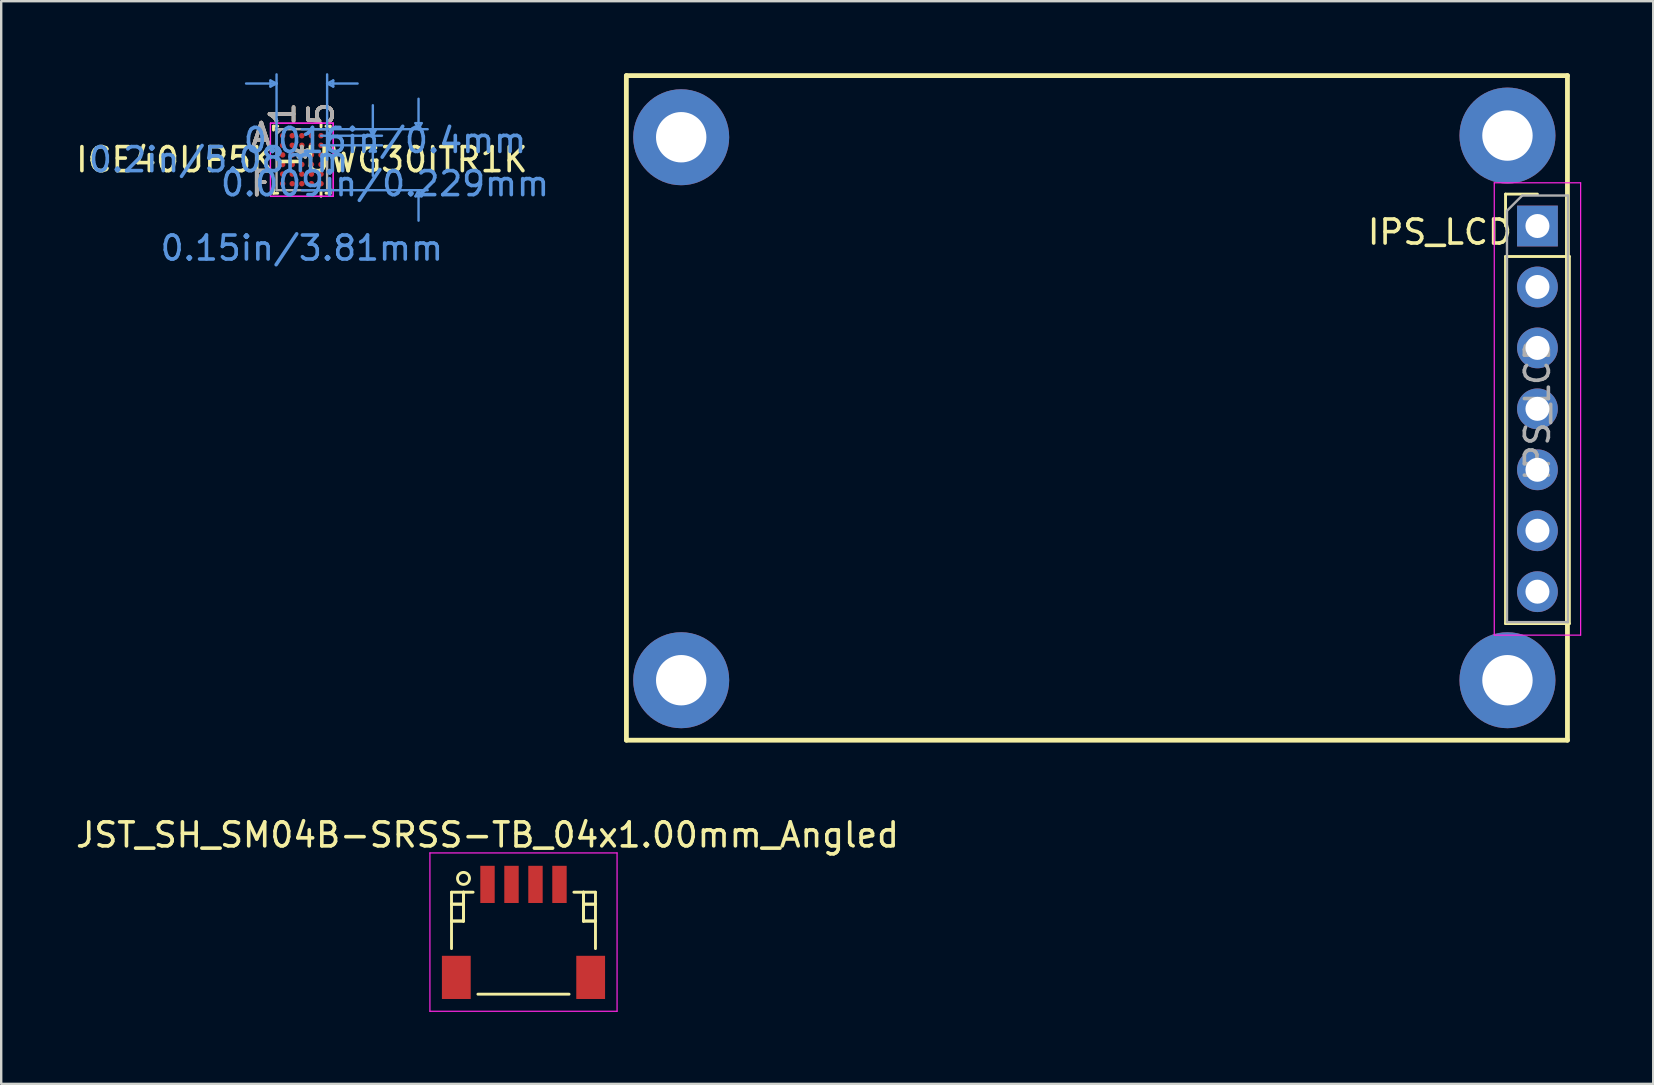
<source format=kicad_pcb>
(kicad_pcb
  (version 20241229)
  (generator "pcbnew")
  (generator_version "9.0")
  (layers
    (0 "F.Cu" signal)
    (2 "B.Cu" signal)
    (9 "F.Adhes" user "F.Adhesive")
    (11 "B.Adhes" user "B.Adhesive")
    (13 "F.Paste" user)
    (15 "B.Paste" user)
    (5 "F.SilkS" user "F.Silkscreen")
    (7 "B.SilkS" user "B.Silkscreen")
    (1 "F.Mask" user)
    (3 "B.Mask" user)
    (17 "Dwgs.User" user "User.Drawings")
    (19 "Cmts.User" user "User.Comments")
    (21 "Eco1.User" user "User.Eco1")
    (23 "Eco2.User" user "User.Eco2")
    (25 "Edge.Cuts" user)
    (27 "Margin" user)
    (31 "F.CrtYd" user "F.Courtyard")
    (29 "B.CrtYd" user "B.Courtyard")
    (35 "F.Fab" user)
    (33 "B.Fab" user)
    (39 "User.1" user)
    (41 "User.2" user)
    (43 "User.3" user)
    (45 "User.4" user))
  (footprint "ICE40UP5K-UWG30ITR1K"
    (layer "F.Cu")
    (at 9.53 3.606)
    (property "Reference" "ICE40UP5K-UWG30ITR1K" (at 0 0 0) (layer "F.SilkS") (effects (font (size 1 1) (thickness 0.15))))
    (attr through_hole)
    (fp_line (start -1.181 -1.397) (end -1.181 -1.234) (stroke (width 0.12) (type solid)) (layer "F.SilkS"))
    (fp_line (start -1.181 1.234) (end -1.181 1.397) (stroke (width 0.12) (type solid)) (layer "F.SilkS"))
    (fp_line (start -1.181 1.397) (end -1.006 1.397) (stroke (width 0.12) (type solid)) (layer "F.SilkS"))
    (fp_line (start -1.006 -1.397) (end -1.181 -1.397) (stroke (width 0.12) (type solid)) (layer "F.SilkS"))
    (fp_line (start 0.8 -1.371) (end 0.8 -1.524) (stroke (width 0.12) (type solid)) (layer "F.SilkS"))
    (fp_line (start 0.8 1.371) (end 0.8 1.524) (stroke (width 0.12) (type solid)) (layer "F.SilkS"))
    (fp_line (start 1.006 1.397) (end 1.181 1.397) (stroke (width 0.12) (type solid)) (layer "F.SilkS"))
    (fp_line (start 1.181 -1.397) (end 1.006 -1.397) (stroke (width 0.12) (type solid)) (layer "F.SilkS"))
    (fp_line (start 1.181 -1.234) (end 1.181 -1.397) (stroke (width 0.12) (type solid)) (layer "F.SilkS"))
    (fp_line (start 1.181 1.397) (end 1.181 1.234) (stroke (width 0.12) (type solid)) (layer "F.SilkS"))
    (fp_line (start -1.308 -3.302) (end -1.308 -3.048) (stroke (width 0.1) (type solid)) (layer "Cmts.User"))
    (fp_line (start -1.054 -3.175) (end -2.324 -3.175) (stroke (width 0.1) (type solid)) (layer "Cmts.User"))
    (fp_line (start -1.054 -3.175) (end -1.308 -3.302) (stroke (width 0.1) (type solid)) (layer "Cmts.User"))
    (fp_line (start -1.054 -3.175) (end -1.308 -3.048) (stroke (width 0.1) (type solid)) (layer "Cmts.User"))
    (fp_line (start -1.054 0) (end -1.054 -3.556) (stroke (width 0.1) (type solid)) (layer "Cmts.User"))
    (fp_line (start 0 -1.27) (end 5.245 -1.27) (stroke (width 0.1) (type solid)) (layer "Cmts.User"))
    (fp_line (start 0 1.27) (end 5.245 1.27) (stroke (width 0.1) (type solid)) (layer "Cmts.User"))
    (fp_line (start 0.8 -1) (end 3.34 -1) (stroke (width 0.1) (type solid)) (layer "Cmts.User"))
    (fp_line (start 0.8 -0.6) (end 3.34 -0.6) (stroke (width 0.1) (type solid)) (layer "Cmts.User"))
    (fp_line (start 1.054 -3.175) (end 1.308 -3.302) (stroke (width 0.1) (type solid)) (layer "Cmts.User"))
    (fp_line (start 1.054 -3.175) (end 1.308 -3.048) (stroke (width 0.1) (type solid)) (layer "Cmts.User"))
    (fp_line (start 1.054 -3.175) (end 2.324 -3.175) (stroke (width 0.1) (type solid)) (layer "Cmts.User"))
    (fp_line (start 1.054 0) (end 1.054 -3.556) (stroke (width 0.1) (type solid)) (layer "Cmts.User"))
    (fp_line (start 1.308 -3.302) (end 1.308 -3.048) (stroke (width 0.1) (type solid)) (layer "Cmts.User"))
    (fp_line (start 2.832 -1.254) (end 3.086 -1.254) (stroke (width 0.1) (type solid)) (layer "Cmts.User"))
    (fp_line (start 2.832 -0.346) (end 3.086 -0.346) (stroke (width 0.1) (type solid)) (layer "Cmts.User"))
    (fp_line (start 2.959 -1) (end 2.832 -1.254) (stroke (width 0.1) (type solid)) (layer "Cmts.User"))
    (fp_line (start 2.959 -1) (end 2.959 -2.27) (stroke (width 0.1) (type solid)) (layer "Cmts.User"))
    (fp_line (start 2.959 -1) (end 3.086 -1.254) (stroke (width 0.1) (type solid)) (layer "Cmts.User"))
    (fp_line (start 2.959 -0.6) (end 2.832 -0.346) (stroke (width 0.1) (type solid)) (layer "Cmts.User"))
    (fp_line (start 2.959 -0.6) (end 2.959 0.67) (stroke (width 0.1) (type solid)) (layer "Cmts.User"))
    (fp_line (start 2.959 -0.6) (end 3.086 -0.346) (stroke (width 0.1) (type solid)) (layer "Cmts.User"))
    (fp_line (start 4.737 -1.524) (end 4.991 -1.524) (stroke (width 0.1) (type solid)) (layer "Cmts.User"))
    (fp_line (start 4.737 1.524) (end 4.991 1.524) (stroke (width 0.1) (type solid)) (layer "Cmts.User"))
    (fp_line (start 4.864 -1.27) (end 4.737 -1.524) (stroke (width 0.1) (type solid)) (layer "Cmts.User"))
    (fp_line (start 4.864 -1.27) (end 4.864 -2.54) (stroke (width 0.1) (type solid)) (layer "Cmts.User"))
    (fp_line (start 4.864 -1.27) (end 4.991 -1.524) (stroke (width 0.1) (type solid)) (layer "Cmts.User"))
    (fp_line (start 4.864 1.27) (end 4.737 1.524) (stroke (width 0.1) (type solid)) (layer "Cmts.User"))
    (fp_line (start 4.864 1.27) (end 4.864 2.54) (stroke (width 0.1) (type solid)) (layer "Cmts.User"))
    (fp_line (start 4.864 1.27) (end 4.991 1.524) (stroke (width 0.1) (type solid)) (layer "Cmts.User"))
    (fp_line (start -1.308 -1.524) (end 1.308 -1.524) (stroke (width 0.05) (type solid)) (layer "F.CrtYd"))
    (fp_line (start -1.308 -1.524) (end 1.308 -1.524) (stroke (width 0.05) (type solid)) (layer "F.CrtYd"))
    (fp_line (start -1.308 1.524) (end -1.308 -1.524) (stroke (width 0.05) (type solid)) (layer "F.CrtYd"))
    (fp_line (start -1.308 1.524) (end -1.308 -1.524) (stroke (width 0.05) (type solid)) (layer "F.CrtYd"))
    (fp_line (start 1.308 -1.524) (end 1.308 1.524) (stroke (width 0.05) (type solid)) (layer "F.CrtYd"))
    (fp_line (start 1.308 -1.524) (end 1.308 1.524) (stroke (width 0.05) (type solid)) (layer "F.CrtYd"))
    (fp_line (start 1.308 1.524) (end -1.308 1.524) (stroke (width 0.05) (type solid)) (layer "F.CrtYd"))
    (fp_line (start 1.308 1.524) (end -1.308 1.524) (stroke (width 0.05) (type solid)) (layer "F.CrtYd"))
    (fp_line (start -1.054 -1.27) (end -1.054 1.27) (stroke (width 0.1) (type solid)) (layer "F.Fab"))
    (fp_line (start -1.054 1.27) (end 1.054 1.27) (stroke (width 0.1) (type solid)) (layer "F.Fab"))
    (fp_line (start -0.854 -1.27) (end -1.054 -1.07) (stroke (width 0.1) (type solid)) (layer "F.Fab"))
    (fp_line (start 1.054 -1.27) (end -1.054 -1.27) (stroke (width 0.1) (type solid)) (layer "F.Fab"))
    (fp_line (start 1.054 1.27) (end 1.054 -1.27) (stroke (width 0.1) (type solid)) (layer "F.Fab"))
    (fp_text user "*" (at 0 0 0) (layer "F.SilkS") (effects (font (size 1 1) (thickness 0.15))))
    (fp_text user "F" (at -1.689 1 0) (layer "F.SilkS") (effects (font (size 1 1) (thickness 0.15))))
    (fp_text user "1" (at -0.8 -1.905 90) (layer "F.SilkS") (effects (font (size 1 1) (thickness 0.15))))
    (fp_text user "A" (at -1.689 -1 0) (layer "F.SilkS") (effects (font (size 1 1) (thickness 0.15))))
    (fp_text user "5" (at 0.8 -1.905 90) (layer "F.SilkS") (effects (font (size 1 1) (thickness 0.15))))
    (fp_text user "1" (at -0.8 -1.905 90) (layer "B.SilkS") (effects (font (size 1 1) (thickness 0.15))))
    (fp_text user "5" (at 0.8 -1.905 90) (layer "B.SilkS") (effects (font (size 1 1) (thickness 0.15))))
    (fp_text user "A" (at -1.689 -1 0) (layer "B.SilkS") (effects (font (size 1 1) (thickness 0.15))))
    (fp_text user "F" (at -1.689 1 0) (layer "B.SilkS") (effects (font (size 1 1) (thickness 0.15))))
    (fp_text user "0.2in/5.08mm" (at -3.467 0 0) (layer "Cmts.User") (effects (font (size 1 1) (thickness 0.15))))
    (fp_text user "0.016in/0.4mm" (at 3.467 -0.8 0) (layer "Cmts.User") (effects (font (size 1 1) (thickness 0.15))))
    (fp_text user "Copyright 2021 Accelerated Designs. All rights reserved." (at 0 0 0) (layer "Cmts.User") (effects (font (size 0.127 0.127) (thickness 0.002))))
    (fp_text user "0.15in/3.81mm" (at 0 3.683 0) (layer "Cmts.User") (effects (font (size 1 1) (thickness 0.15))))
    (fp_text user "0.009in/0.229mm" (at 3.467 1 0) (layer "Cmts.User") (effects (font (size 1 1) (thickness 0.15))))
    (fp_text user "5" (at 0.8 -1.905 90) (layer "F.Fab") (effects (font (size 1 1) (thickness 0.15))))
    (fp_text user "*" (at 0 0 0) (layer "F.Fab") (effects (font (size 1 1) (thickness 0.15))))
    (fp_text user "1" (at -0.8 -1.905 90) (layer "F.Fab") (effects (font (size 1 1) (thickness 0.15))))
    (fp_text user "F" (at -1.689 1 0) (layer "F.Fab") (effects (font (size 1 1) (thickness 0.15))))
    (fp_text user "A" (at -1.689 -1 0) (layer "F.Fab") (effects (font (size 1 1) (thickness 0.15))))
    (pad "A1" smd circle (at -0.8 -1) (size 0.229 0.229) (layers "F.Cu" "F.Mask" "F.Paste"))
    (pad "A2" smd circle (at -0.4 -1) (size 0.229 0.229) (layers "F.Cu" "F.Mask" "F.Paste"))
    (pad "A3" smd circle (at 0 -1) (size 0.229 0.229) (layers "F.Cu" "F.Mask" "F.Paste"))
    (pad "A4" smd circle (at 0.4 -1) (size 0.229 0.229) (layers "F.Cu" "F.Mask" "F.Paste"))
    (pad "A5" smd circle (at 0.8 -1) (size 0.229 0.229) (layers "F.Cu" "F.Mask" "F.Paste"))
    (pad "B1" smd circle (at -0.8 -0.6) (size 0.229 0.229) (layers "F.Cu" "F.Mask" "F.Paste"))
    (pad "B2" smd circle (at -0.4 -0.6) (size 0.229 0.229) (layers "F.Cu" "F.Mask" "F.Paste"))
    (pad "B3" smd circle (at 0 -0.6) (size 0.229 0.229) (layers "F.Cu" "F.Mask" "F.Paste"))
    (pad "B4" smd circle (at 0.4 -0.6) (size 0.229 0.229) (layers "F.Cu" "F.Mask" "F.Paste"))
    (pad "B5" smd circle (at 0.8 -0.6) (size 0.229 0.229) (layers "F.Cu" "F.Mask" "F.Paste"))
    (pad "C1" smd circle (at -0.8 -0.2) (size 0.229 0.229) (layers "F.Cu" "F.Mask" "F.Paste"))
    (pad "C2" smd circle (at -0.4 -0.2) (size 0.229 0.229) (layers "F.Cu" "F.Mask" "F.Paste"))
    (pad "C3" smd circle (at 0 -0.2) (size 0.229 0.229) (layers "F.Cu" "F.Mask" "F.Paste"))
    (pad "C4" smd circle (at 0.4 -0.2) (size 0.229 0.229) (layers "F.Cu" "F.Mask" "F.Paste"))
    (pad "C5" smd circle (at 0.8 -0.2) (size 0.229 0.229) (layers "F.Cu" "F.Mask" "F.Paste"))
    (pad "D1" smd circle (at -0.8 0.2) (size 0.229 0.229) (layers "F.Cu" "F.Mask" "F.Paste"))
    (pad "D2" smd circle (at -0.4 0.2) (size 0.229 0.229) (layers "F.Cu" "F.Mask" "F.Paste"))
    (pad "D3" smd circle (at 0 0.2) (size 0.229 0.229) (layers "F.Cu" "F.Mask" "F.Paste"))
    (pad "D4" smd circle (at 0.4 0.2) (size 0.229 0.229) (layers "F.Cu" "F.Mask" "F.Paste"))
    (pad "D5" smd circle (at 0.8 0.2) (size 0.229 0.229) (layers "F.Cu" "F.Mask" "F.Paste"))
    (pad "E1" smd circle (at -0.8 0.6) (size 0.229 0.229) (layers "F.Cu" "F.Mask" "F.Paste"))
    (pad "E2" smd circle (at -0.4 0.6) (size 0.229 0.229) (layers "F.Cu" "F.Mask" "F.Paste"))
    (pad "E3" smd circle (at 0 0.6) (size 0.229 0.229) (layers "F.Cu" "F.Mask" "F.Paste"))
    (pad "E4" smd circle (at 0.4 0.6) (size 0.229 0.229) (layers "F.Cu" "F.Mask" "F.Paste"))
    (pad "E5" smd circle (at 0.8 0.6) (size 0.229 0.229) (layers "F.Cu" "F.Mask" "F.Paste"))
    (pad "F1" smd circle (at -0.8 1) (size 0.229 0.229) (layers "F.Cu" "F.Mask" "F.Paste"))
    (pad "F2" smd circle (at -0.4 1) (size 0.229 0.229) (layers "F.Cu" "F.Mask" "F.Paste"))
    (pad "F3" smd circle (at 0 1) (size 0.229 0.229) (layers "F.Cu" "F.Mask" "F.Paste"))
    (pad "F4" smd circle (at 0.4 1) (size 0.229 0.229) (layers "F.Cu" "F.Mask" "F.Paste"))
    (pad "F5" smd circle (at 0.8 1) (size 0.229 0.229) (layers "F.Cu" "F.Mask" "F.Paste")))
  (footprint "IPS_LCD"
    (layer "F.Cu")
    (at 61.028 6.37)
    (property "Reference" "IPS_LCD" (at -4.064 0.254 0) (layer "F.SilkS") (effects (font (size 1 1) (thickness 0.15))))
    (attr through_hole)
    (fp_line (start -37.97 21.43) (end -37.973 -6.27) (stroke (width 0.2) (type solid)) (layer "F.SilkS"))
    (fp_line (start -1.33 -1.33) (end 0 -1.33) (stroke (width 0.12) (type solid)) (layer "F.SilkS"))
    (fp_line (start -1.33 0) (end -1.33 -1.33) (stroke (width 0.12) (type solid)) (layer "F.SilkS"))
    (fp_line (start -1.33 1.27) (end -1.33 16.57) (stroke (width 0.12) (type solid)) (layer "F.SilkS"))
    (fp_line (start -1.33 1.27) (end 1.33 1.27) (stroke (width 0.12) (type solid)) (layer "F.SilkS"))
    (fp_line (start -1.33 16.57) (end 1.33 16.57) (stroke (width 0.12) (type solid)) (layer "F.SilkS"))
    (fp_line (start 1.25 -6.27) (end -37.97 -6.27) (stroke (width 0.2) (type solid)) (layer "F.SilkS"))
    (fp_line (start 1.25 -6.27) (end 1.25 21.43) (stroke (width 0.2) (type solid)) (layer "F.SilkS"))
    (fp_line (start 1.25 21.43) (end -37.97 21.43) (stroke (width 0.2) (type solid)) (layer "F.SilkS"))
    (fp_line (start 1.33 1.27) (end 1.33 16.57) (stroke (width 0.12) (type solid)) (layer "F.SilkS"))
    (fp_line (start -1.8 -1.8) (end -1.8 17.05) (stroke (width 0.05) (type solid)) (layer "F.CrtYd"))
    (fp_line (start -1.8 17.05) (end 1.8 17.05) (stroke (width 0.05) (type solid)) (layer "F.CrtYd"))
    (fp_line (start 1.8 -1.8) (end -1.8 -1.8) (stroke (width 0.05) (type solid)) (layer "F.CrtYd"))
    (fp_line (start 1.8 17.05) (end 1.8 -1.8) (stroke (width 0.05) (type solid)) (layer "F.CrtYd"))
    (fp_line (start -1.27 -0.635) (end -0.635 -1.27) (stroke (width 0.1) (type solid)) (layer "F.Fab"))
    (fp_line (start -1.27 16.51) (end -1.27 -0.635) (stroke (width 0.1) (type solid)) (layer "F.Fab"))
    (fp_line (start -0.635 -1.27) (end 1.27 -1.27) (stroke (width 0.1) (type solid)) (layer "F.Fab"))
    (fp_line (start 1.27 -1.27) (end 1.27 16.51) (stroke (width 0.1) (type solid)) (layer "F.Fab"))
    (fp_line (start 1.27 16.51) (end -1.27 16.51) (stroke (width 0.1) (type solid)) (layer "F.Fab"))
    (fp_text user "${REFERENCE}" (at 0 7.62 90) (layer "F.Fab") (effects (font (size 1 1) (thickness 0.15))))
    (pad "" thru_hole circle (at -35.687 -3.7) (size 4 4) (drill 2.1) (layers "*.Cu" "*.Mask"))
    (pad "" thru_hole circle (at -35.687 18.93) (size 4 4) (drill 2.1) (layers "*.Cu" "*.Mask"))
    (pad "" thru_hole circle (at -1.25 -3.77) (size 4 4) (drill 2.1) (layers "*.Cu" "*.Mask"))
    (pad "" thru_hole circle (at -1.25 18.93) (size 4 4) (drill 2.1) (layers "*.Cu" "*.Mask"))
    (pad "1" thru_hole rect (at 0 0) (size 1.7 1.7) (drill 1) (layers "*.Cu" "*.Mask"))
    (pad "2" thru_hole oval (at 0 2.54) (size 1.7 1.7) (drill 1) (layers "*.Cu" "*.Mask"))
    (pad "3" thru_hole oval (at 0 5.08) (size 1.7 1.7) (drill 1) (layers "*.Cu" "*.Mask"))
    (pad "4" thru_hole oval (at 0 7.62) (size 1.7 1.7) (drill 1) (layers "*.Cu" "*.Mask"))
    (pad "5" thru_hole oval (at 0 10.16) (size 1.7 1.7) (drill 1) (layers "*.Cu" "*.Mask"))
    (pad "6" thru_hole oval (at 0 12.7) (size 1.7 1.7) (drill 1) (layers "*.Cu" "*.Mask"))
    (pad "7" thru_hole oval (at 0 15.24) (size 1.7 1.7) (drill 1) (layers "*.Cu" "*.Mask")))
  (footprint "JST_SH_SM04B-SRSS-TB_04x1.00mm_Angled"
    (layer "F.Cu")
    (at 18.768 35.748)
    (property "Reference" "JST_SH_SM04B-SRSS-TB_04x1.00mm_Angled" (at -1.5 -4 0) (layer "F.SilkS") (effects (font (size 1 1) (thickness 0.15))))
    (attr smd)
    (fp_line (start -3 -1.613) (end -2.1 -1.613) (stroke (width 0.12) (type solid)) (layer "F.SilkS"))
    (fp_line (start -3 -1.113) (end -3 -1.113) (stroke (width 0.12) (type solid)) (layer "F.SilkS"))
    (fp_line (start -3 -1.113) (end -2.5 -1.113) (stroke (width 0.12) (type solid)) (layer "F.SilkS"))
    (fp_line (start -3 -0.412) (end -3 -0.412) (stroke (width 0.12) (type solid)) (layer "F.SilkS"))
    (fp_line (start -3 -0.412) (end -2.5 -0.412) (stroke (width 0.12) (type solid)) (layer "F.SilkS"))
    (fp_line (start -3 0.738) (end -3 -1.613) (stroke (width 0.12) (type solid)) (layer "F.SilkS"))
    (fp_line (start -2.5 -1.613) (end -2.5 -1.613) (stroke (width 0.12) (type solid)) (layer "F.SilkS"))
    (fp_line (start -2.5 -1.613) (end -2.5 -0.412) (stroke (width 0.12) (type solid)) (layer "F.SilkS"))
    (fp_line (start -2.5 -1.113) (end -3 -1.113) (stroke (width 0.12) (type solid)) (layer "F.SilkS"))
    (fp_line (start -2.5 -1.113) (end -2.5 -1.113) (stroke (width 0.12) (type solid)) (layer "F.SilkS"))
    (fp_line (start -2.5 -0.412) (end -3 -0.412) (stroke (width 0.12) (type solid)) (layer "F.SilkS"))
    (fp_line (start -2.5 -0.412) (end -2.5 -1.613) (stroke (width 0.12) (type solid)) (layer "F.SilkS"))
    (fp_line (start -2.5 -0.412) (end -2.5 -0.412) (stroke (width 0.12) (type solid)) (layer "F.SilkS"))
    (fp_line (start -2.5 -0.412) (end -2.5 -0.412) (stroke (width 0.12) (type solid)) (layer "F.SilkS"))
    (fp_line (start -1.9 2.638) (end 1.9 2.638) (stroke (width 0.12) (type solid)) (layer "F.SilkS"))
    (fp_line (start 2.5 -1.613) (end 2.5 -1.613) (stroke (width 0.12) (type solid)) (layer "F.SilkS"))
    (fp_line (start 2.5 -1.613) (end 2.5 -0.412) (stroke (width 0.12) (type solid)) (layer "F.SilkS"))
    (fp_line (start 2.5 -1.113) (end 2.5 -1.113) (stroke (width 0.12) (type solid)) (layer "F.SilkS"))
    (fp_line (start 2.5 -1.113) (end 3 -1.113) (stroke (width 0.12) (type solid)) (layer "F.SilkS"))
    (fp_line (start 2.5 -0.412) (end 2.5 -1.613) (stroke (width 0.12) (type solid)) (layer "F.SilkS"))
    (fp_line (start 2.5 -0.412) (end 2.5 -0.412) (stroke (width 0.12) (type solid)) (layer "F.SilkS"))
    (fp_line (start 2.5 -0.412) (end 2.5 -0.412) (stroke (width 0.12) (type solid)) (layer "F.SilkS"))
    (fp_line (start 2.5 -0.412) (end 3 -0.412) (stroke (width 0.12) (type solid)) (layer "F.SilkS"))
    (fp_line (start 3 -1.613) (end 2.1 -1.613) (stroke (width 0.12) (type solid)) (layer "F.SilkS"))
    (fp_line (start 3 -1.113) (end 2.5 -1.113) (stroke (width 0.12) (type solid)) (layer "F.SilkS"))
    (fp_line (start 3 -1.113) (end 3 -1.113) (stroke (width 0.12) (type solid)) (layer "F.SilkS"))
    (fp_line (start 3 -0.412) (end 2.5 -0.412) (stroke (width 0.12) (type solid)) (layer "F.SilkS"))
    (fp_line (start 3 -0.412) (end 3 -0.412) (stroke (width 0.12) (type solid)) (layer "F.SilkS"))
    (fp_line (start 3 0.738) (end 3 -1.613) (stroke (width 0.12) (type solid)) (layer "F.SilkS"))
    (fp_circle (center -2.5 -2.188) (end -2.25 -2.188) (stroke (width 0.12) (type solid)) (fill no) (layer "F.SilkS"))
    (fp_line (start -3.9 -3.25) (end 3.9 -3.25) (stroke (width 0.05) (type solid)) (layer "F.CrtYd"))
    (fp_line (start -3.9 3.35) (end -3.9 -3.25) (stroke (width 0.05) (type solid)) (layer "F.CrtYd"))
    (fp_line (start 3.9 -3.25) (end 3.9 3.35) (stroke (width 0.05) (type solid)) (layer "F.CrtYd"))
    (fp_line (start 3.9 3.35) (end -3.9 3.35) (stroke (width 0.05) (type solid)) (layer "F.CrtYd"))
    (pad "" smd rect (at -2.8 1.938) (size 1.2 1.8) (layers "F.Cu" "F.Mask" "F.Paste"))
    (pad "" smd rect (at 2.8 1.938) (size 1.2 1.8) (layers "F.Cu" "F.Mask" "F.Paste"))
    (pad "1" smd rect (at -1.5 -1.938) (size 0.6 1.55) (layers "F.Cu" "F.Mask" "F.Paste"))
    (pad "2" smd rect (at -0.5 -1.938) (size 0.6 1.55) (layers "F.Cu" "F.Mask" "F.Paste"))
    (pad "3" smd rect (at 0.5 -1.938) (size 0.6 1.55) (layers "F.Cu" "F.Mask" "F.Paste"))
    (pad "4" smd rect (at 1.5 -1.938) (size 0.6 1.55) (layers "F.Cu" "F.Mask" "F.Paste")))
  (gr_rect
    (start -3 -3)
    (end 65.853 42.123)
    (stroke (width 0.1) (type default))
    (fill no)
    (layer "Edge.Cuts")))
</source>
